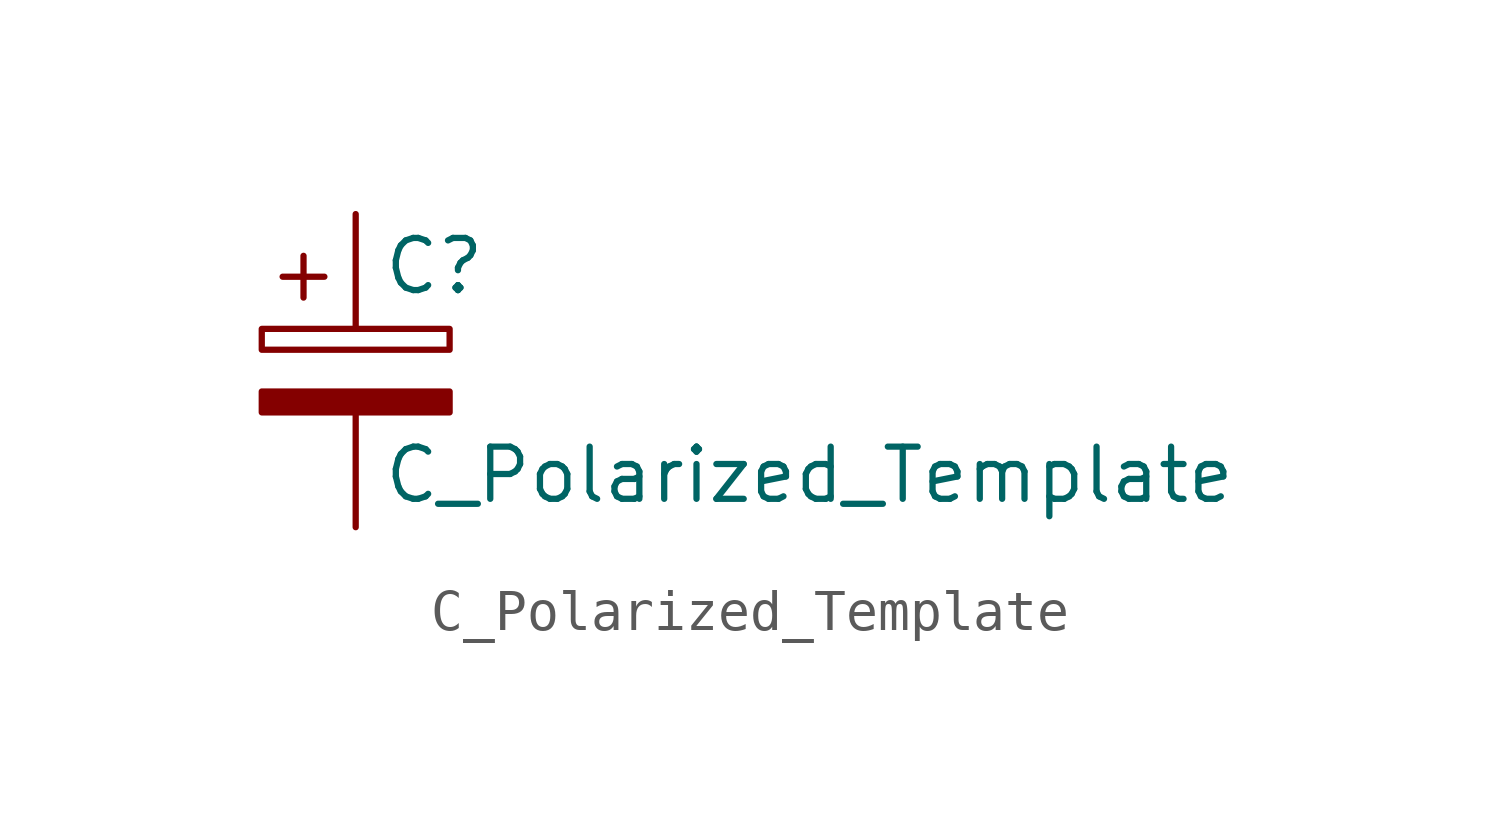
<source format=kicad_sym>
(kicad_symbol_lib
  (version 20241209)
  (generator "kicad_symbol_editor")
  (generator_version "9.0")
  (symbol "C_Polarized_Template"
    (pin_numbers
      (hide yes))
    (pin_names
      (offset 0.254))
    (property "Reference" "C"
      (at 0.635 2.54 0)
      (effects (font (size 1.27 1.27)) (justify left)))
    (property "Value" "C_Polarized_Template"
      (at 0.635 -2.54 0)
      (effects (font (size 1.27 1.27)) (justify left)))
    (symbol "C_Polarized_Template_0_1"
      (rectangle (start -2.286 0.508) (end 2.286 1.016) (stroke (width 0) (type default)) (fill (type none)))
      (polyline (pts (xy -1.778 2.286) (xy -0.762 2.286)) (stroke (width 0) (type default)) (fill (type none)))
      (polyline (pts (xy -1.27 2.794) (xy -1.27 1.778)) (stroke (width 0) (type default)) (fill (type none)))
      (rectangle (start 2.286 -0.508) (end -2.286 -1.016) (stroke (width 0) (type default)) (fill (type outline))))
    (symbol "C_Polarized_Template_1_1"
      (pin passive line (at 0 3.81 270) (length 2.794) (name "~" (effects (font (size 1.27 1.27)))) (number "1" (effects (font (size 1.27 1.27)))))
      (pin passive line (at 0 -3.81 90) (length 2.794) (name "~" (effects (font (size 1.27 1.27)))) (number "2" (effects (font (size 1.27 1.27))))))))
</source>
